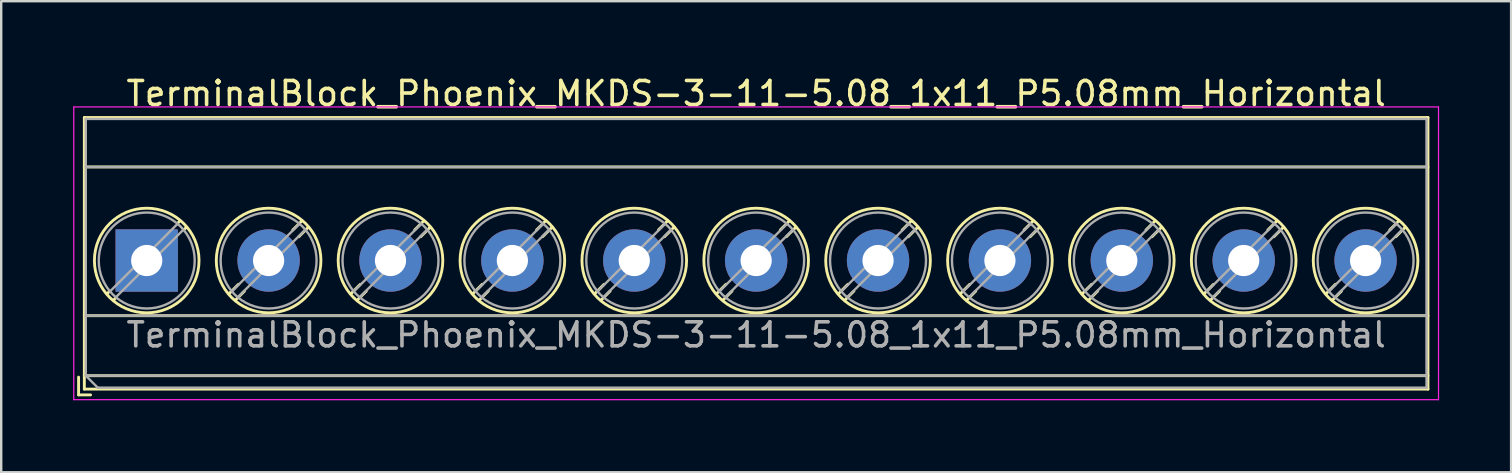
<source format=kicad_pcb>
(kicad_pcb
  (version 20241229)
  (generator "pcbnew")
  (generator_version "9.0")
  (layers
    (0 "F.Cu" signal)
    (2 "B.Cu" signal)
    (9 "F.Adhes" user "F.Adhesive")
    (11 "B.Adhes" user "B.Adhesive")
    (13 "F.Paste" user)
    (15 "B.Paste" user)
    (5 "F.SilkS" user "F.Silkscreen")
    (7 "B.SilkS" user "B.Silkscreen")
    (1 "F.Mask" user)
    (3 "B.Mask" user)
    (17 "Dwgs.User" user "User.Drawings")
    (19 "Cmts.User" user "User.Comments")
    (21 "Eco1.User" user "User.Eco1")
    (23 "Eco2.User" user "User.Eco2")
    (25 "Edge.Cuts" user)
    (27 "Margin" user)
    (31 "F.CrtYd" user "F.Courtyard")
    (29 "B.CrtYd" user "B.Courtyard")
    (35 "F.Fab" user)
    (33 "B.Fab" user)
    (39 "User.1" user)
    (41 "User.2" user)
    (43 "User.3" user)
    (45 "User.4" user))
  (footprint "TerminalBlock_Phoenix_MKDS-3-11-5.08_1x11_P5.08mm_Horizontal"
    (layer "F.Cu")
    (at 3.065 7.808)
    (property "Reference" "TerminalBlock_Phoenix_MKDS-3-11-5.08_1x11_P5.08mm_Horizontal" (at 25.4 -6.96 0) (layer "F.SilkS") (effects (font (size 1 1) (thickness 0.15))))
    (attr through_hole)
    (fp_line (start -2.84 4.86) (end -2.84 5.6) (stroke (width 0.12) (type solid)) (layer "F.SilkS"))
    (fp_line (start -2.84 5.6) (end -2.34 5.6) (stroke (width 0.12) (type solid)) (layer "F.SilkS"))
    (fp_line (start -2.6 -5.96) (end -2.6 5.36) (stroke (width 0.12) (type solid)) (layer "F.SilkS"))
    (fp_line (start -2.6 -5.96) (end 53.4 -5.96) (stroke (width 0.12) (type solid)) (layer "F.SilkS"))
    (fp_line (start -2.6 -3.9) (end 53.4 -3.9) (stroke (width 0.12) (type solid)) (layer "F.SilkS"))
    (fp_line (start -2.6 2.3) (end 53.4 2.3) (stroke (width 0.12) (type solid)) (layer "F.SilkS"))
    (fp_line (start -2.6 4.8) (end 53.4 4.8) (stroke (width 0.12) (type solid)) (layer "F.SilkS"))
    (fp_line (start -2.6 5.36) (end 53.4 5.36) (stroke (width 0.12) (type solid)) (layer "F.SilkS"))
    (fp_line (start -1.548 1.281) (end -1.654 1.388) (stroke (width 0.12) (type solid)) (layer "F.SilkS"))
    (fp_line (start -1.282 1.547) (end -1.388 1.654) (stroke (width 0.12) (type solid)) (layer "F.SilkS"))
    (fp_line (start 1.388 -1.654) (end 1.281 -1.547) (stroke (width 0.12) (type solid)) (layer "F.SilkS"))
    (fp_line (start 1.654 -1.388) (end 1.547 -1.281) (stroke (width 0.12) (type solid)) (layer "F.SilkS"))
    (fp_line (start 3.822 0.992) (end 3.427 1.388) (stroke (width 0.12) (type solid)) (layer "F.SilkS"))
    (fp_line (start 4.073 1.274) (end 3.693 1.654) (stroke (width 0.12) (type solid)) (layer "F.SilkS"))
    (fp_line (start 6.468 -1.654) (end 6.088 -1.274) (stroke (width 0.12) (type solid)) (layer "F.SilkS"))
    (fp_line (start 6.734 -1.388) (end 6.339 -0.992) (stroke (width 0.12) (type solid)) (layer "F.SilkS"))
    (fp_line (start 8.902 0.992) (end 8.507 1.388) (stroke (width 0.12) (type solid)) (layer "F.SilkS"))
    (fp_line (start 9.153 1.274) (end 8.773 1.654) (stroke (width 0.12) (type solid)) (layer "F.SilkS"))
    (fp_line (start 11.548 -1.654) (end 11.168 -1.274) (stroke (width 0.12) (type solid)) (layer "F.SilkS"))
    (fp_line (start 11.814 -1.388) (end 11.419 -0.992) (stroke (width 0.12) (type solid)) (layer "F.SilkS"))
    (fp_line (start 13.982 0.992) (end 13.587 1.388) (stroke (width 0.12) (type solid)) (layer "F.SilkS"))
    (fp_line (start 14.233 1.274) (end 13.853 1.654) (stroke (width 0.12) (type solid)) (layer "F.SilkS"))
    (fp_line (start 16.628 -1.654) (end 16.248 -1.274) (stroke (width 0.12) (type solid)) (layer "F.SilkS"))
    (fp_line (start 16.894 -1.388) (end 16.499 -0.992) (stroke (width 0.12) (type solid)) (layer "F.SilkS"))
    (fp_line (start 19.062 0.992) (end 18.667 1.388) (stroke (width 0.12) (type solid)) (layer "F.SilkS"))
    (fp_line (start 19.313 1.274) (end 18.933 1.654) (stroke (width 0.12) (type solid)) (layer "F.SilkS"))
    (fp_line (start 21.708 -1.654) (end 21.328 -1.274) (stroke (width 0.12) (type solid)) (layer "F.SilkS"))
    (fp_line (start 21.974 -1.388) (end 21.579 -0.992) (stroke (width 0.12) (type solid)) (layer "F.SilkS"))
    (fp_line (start 24.142 0.992) (end 23.747 1.388) (stroke (width 0.12) (type solid)) (layer "F.SilkS"))
    (fp_line (start 24.393 1.274) (end 24.013 1.654) (stroke (width 0.12) (type solid)) (layer "F.SilkS"))
    (fp_line (start 26.788 -1.654) (end 26.408 -1.274) (stroke (width 0.12) (type solid)) (layer "F.SilkS"))
    (fp_line (start 27.054 -1.388) (end 26.659 -0.992) (stroke (width 0.12) (type solid)) (layer "F.SilkS"))
    (fp_line (start 29.222 0.992) (end 28.827 1.388) (stroke (width 0.12) (type solid)) (layer "F.SilkS"))
    (fp_line (start 29.473 1.274) (end 29.093 1.654) (stroke (width 0.12) (type solid)) (layer "F.SilkS"))
    (fp_line (start 31.868 -1.654) (end 31.488 -1.274) (stroke (width 0.12) (type solid)) (layer "F.SilkS"))
    (fp_line (start 32.134 -1.388) (end 31.739 -0.992) (stroke (width 0.12) (type solid)) (layer "F.SilkS"))
    (fp_line (start 34.302 0.992) (end 33.907 1.388) (stroke (width 0.12) (type solid)) (layer "F.SilkS"))
    (fp_line (start 34.553 1.274) (end 34.173 1.654) (stroke (width 0.12) (type solid)) (layer "F.SilkS"))
    (fp_line (start 36.948 -1.654) (end 36.568 -1.274) (stroke (width 0.12) (type solid)) (layer "F.SilkS"))
    (fp_line (start 37.214 -1.388) (end 36.819 -0.992) (stroke (width 0.12) (type solid)) (layer "F.SilkS"))
    (fp_line (start 39.382 0.992) (end 38.987 1.388) (stroke (width 0.12) (type solid)) (layer "F.SilkS"))
    (fp_line (start 39.633 1.274) (end 39.253 1.654) (stroke (width 0.12) (type solid)) (layer "F.SilkS"))
    (fp_line (start 42.028 -1.654) (end 41.648 -1.274) (stroke (width 0.12) (type solid)) (layer "F.SilkS"))
    (fp_line (start 42.294 -1.388) (end 41.899 -0.992) (stroke (width 0.12) (type solid)) (layer "F.SilkS"))
    (fp_line (start 44.462 0.992) (end 44.067 1.388) (stroke (width 0.12) (type solid)) (layer "F.SilkS"))
    (fp_line (start 44.713 1.274) (end 44.333 1.654) (stroke (width 0.12) (type solid)) (layer "F.SilkS"))
    (fp_line (start 47.108 -1.654) (end 46.728 -1.274) (stroke (width 0.12) (type solid)) (layer "F.SilkS"))
    (fp_line (start 47.374 -1.388) (end 46.979 -0.992) (stroke (width 0.12) (type solid)) (layer "F.SilkS"))
    (fp_line (start 49.542 0.992) (end 49.147 1.388) (stroke (width 0.12) (type solid)) (layer "F.SilkS"))
    (fp_line (start 49.793 1.274) (end 49.413 1.654) (stroke (width 0.12) (type solid)) (layer "F.SilkS"))
    (fp_line (start 52.188 -1.654) (end 51.808 -1.274) (stroke (width 0.12) (type solid)) (layer "F.SilkS"))
    (fp_line (start 52.454 -1.388) (end 52.059 -0.992) (stroke (width 0.12) (type solid)) (layer "F.SilkS"))
    (fp_line (start 53.4 -5.96) (end 53.4 5.36) (stroke (width 0.12) (type solid)) (layer "F.SilkS"))
    (fp_circle (center 0 0) (end 2.18 0) (stroke (width 0.12) (type solid)) (fill no) (layer "F.SilkS"))
    (fp_circle (center 5.08 0) (end 7.26 0) (stroke (width 0.12) (type solid)) (fill no) (layer "F.SilkS"))
    (fp_circle (center 10.16 0) (end 12.34 0) (stroke (width 0.12) (type solid)) (fill no) (layer "F.SilkS"))
    (fp_circle (center 15.24 0) (end 17.42 0) (stroke (width 0.12) (type solid)) (fill no) (layer "F.SilkS"))
    (fp_circle (center 20.32 0) (end 22.5 0) (stroke (width 0.12) (type solid)) (fill no) (layer "F.SilkS"))
    (fp_circle (center 25.4 0) (end 27.58 0) (stroke (width 0.12) (type solid)) (fill no) (layer "F.SilkS"))
    (fp_circle (center 30.48 0) (end 32.66 0) (stroke (width 0.12) (type solid)) (fill no) (layer "F.SilkS"))
    (fp_circle (center 35.56 0) (end 37.74 0) (stroke (width 0.12) (type solid)) (fill no) (layer "F.SilkS"))
    (fp_circle (center 40.64 0) (end 42.82 0) (stroke (width 0.12) (type solid)) (fill no) (layer "F.SilkS"))
    (fp_circle (center 45.72 0) (end 47.9 0) (stroke (width 0.12) (type solid)) (fill no) (layer "F.SilkS"))
    (fp_circle (center 50.8 0) (end 52.98 0) (stroke (width 0.12) (type solid)) (fill no) (layer "F.SilkS"))
    (fp_line (start -3.04 -6.4) (end -3.04 5.8) (stroke (width 0.05) (type solid)) (layer "F.CrtYd"))
    (fp_line (start -3.04 5.8) (end 53.84 5.8) (stroke (width 0.05) (type solid)) (layer "F.CrtYd"))
    (fp_line (start 53.84 -6.4) (end -3.04 -6.4) (stroke (width 0.05) (type solid)) (layer "F.CrtYd"))
    (fp_line (start 53.84 5.8) (end 53.84 -6.4) (stroke (width 0.05) (type solid)) (layer "F.CrtYd"))
    (fp_line (start -2.54 -5.9) (end 53.34 -5.9) (stroke (width 0.1) (type solid)) (layer "F.Fab"))
    (fp_line (start -2.54 -3.9) (end 53.34 -3.9) (stroke (width 0.1) (type solid)) (layer "F.Fab"))
    (fp_line (start -2.54 2.3) (end 53.34 2.3) (stroke (width 0.1) (type solid)) (layer "F.Fab"))
    (fp_line (start -2.54 4.8) (end -2.54 -5.9) (stroke (width 0.1) (type solid)) (layer "F.Fab"))
    (fp_line (start -2.54 4.8) (end 53.34 4.8) (stroke (width 0.1) (type solid)) (layer "F.Fab"))
    (fp_line (start -2.04 5.3) (end -2.54 4.8) (stroke (width 0.1) (type solid)) (layer "F.Fab"))
    (fp_line (start 1.273 -1.517) (end -1.517 1.273) (stroke (width 0.1) (type solid)) (layer "F.Fab"))
    (fp_line (start 1.517 -1.273) (end -1.273 1.517) (stroke (width 0.1) (type solid)) (layer "F.Fab"))
    (fp_line (start 6.353 -1.517) (end 3.564 1.273) (stroke (width 0.1) (type solid)) (layer "F.Fab"))
    (fp_line (start 6.597 -1.273) (end 3.808 1.517) (stroke (width 0.1) (type solid)) (layer "F.Fab"))
    (fp_line (start 11.433 -1.517) (end 8.644 1.273) (stroke (width 0.1) (type solid)) (layer "F.Fab"))
    (fp_line (start 11.677 -1.273) (end 8.888 1.517) (stroke (width 0.1) (type solid)) (layer "F.Fab"))
    (fp_line (start 16.513 -1.517) (end 13.724 1.273) (stroke (width 0.1) (type solid)) (layer "F.Fab"))
    (fp_line (start 16.757 -1.273) (end 13.968 1.517) (stroke (width 0.1) (type solid)) (layer "F.Fab"))
    (fp_line (start 21.593 -1.517) (end 18.804 1.273) (stroke (width 0.1) (type solid)) (layer "F.Fab"))
    (fp_line (start 21.837 -1.273) (end 19.048 1.517) (stroke (width 0.1) (type solid)) (layer "F.Fab"))
    (fp_line (start 26.673 -1.517) (end 23.884 1.273) (stroke (width 0.1) (type solid)) (layer "F.Fab"))
    (fp_line (start 26.917 -1.273) (end 24.128 1.517) (stroke (width 0.1) (type solid)) (layer "F.Fab"))
    (fp_line (start 31.753 -1.517) (end 28.964 1.273) (stroke (width 0.1) (type solid)) (layer "F.Fab"))
    (fp_line (start 31.997 -1.273) (end 29.208 1.517) (stroke (width 0.1) (type solid)) (layer "F.Fab"))
    (fp_line (start 36.833 -1.517) (end 34.044 1.273) (stroke (width 0.1) (type solid)) (layer "F.Fab"))
    (fp_line (start 37.077 -1.273) (end 34.288 1.517) (stroke (width 0.1) (type solid)) (layer "F.Fab"))
    (fp_line (start 41.913 -1.517) (end 39.124 1.273) (stroke (width 0.1) (type solid)) (layer "F.Fab"))
    (fp_line (start 42.157 -1.273) (end 39.368 1.517) (stroke (width 0.1) (type solid)) (layer "F.Fab"))
    (fp_line (start 46.993 -1.517) (end 44.204 1.273) (stroke (width 0.1) (type solid)) (layer "F.Fab"))
    (fp_line (start 47.237 -1.273) (end 44.448 1.517) (stroke (width 0.1) (type solid)) (layer "F.Fab"))
    (fp_line (start 52.073 -1.517) (end 49.284 1.273) (stroke (width 0.1) (type solid)) (layer "F.Fab"))
    (fp_line (start 52.317 -1.273) (end 49.528 1.517) (stroke (width 0.1) (type solid)) (layer "F.Fab"))
    (fp_line (start 53.34 -5.9) (end 53.34 5.3) (stroke (width 0.1) (type solid)) (layer "F.Fab"))
    (fp_line (start 53.34 5.3) (end -2.04 5.3) (stroke (width 0.1) (type solid)) (layer "F.Fab"))
    (fp_circle (center 0 0) (end 2 0) (stroke (width 0.1) (type solid)) (fill no) (layer "F.Fab"))
    (fp_circle (center 5.08 0) (end 7.08 0) (stroke (width 0.1) (type solid)) (fill no) (layer "F.Fab"))
    (fp_circle (center 10.16 0) (end 12.16 0) (stroke (width 0.1) (type solid)) (fill no) (layer "F.Fab"))
    (fp_circle (center 15.24 0) (end 17.24 0) (stroke (width 0.1) (type solid)) (fill no) (layer "F.Fab"))
    (fp_circle (center 20.32 0) (end 22.32 0) (stroke (width 0.1) (type solid)) (fill no) (layer "F.Fab"))
    (fp_circle (center 25.4 0) (end 27.4 0) (stroke (width 0.1) (type solid)) (fill no) (layer "F.Fab"))
    (fp_circle (center 30.48 0) (end 32.48 0) (stroke (width 0.1) (type solid)) (fill no) (layer "F.Fab"))
    (fp_circle (center 35.56 0) (end 37.56 0) (stroke (width 0.1) (type solid)) (fill no) (layer "F.Fab"))
    (fp_circle (center 40.64 0) (end 42.64 0) (stroke (width 0.1) (type solid)) (fill no) (layer "F.Fab"))
    (fp_circle (center 45.72 0) (end 47.72 0) (stroke (width 0.1) (type solid)) (fill no) (layer "F.Fab"))
    (fp_circle (center 50.8 0) (end 52.8 0) (stroke (width 0.1) (type solid)) (fill no) (layer "F.Fab"))
    (fp_text user "${REFERENCE}" (at 25.4 3.1 0) (layer "F.Fab") (effects (font (size 1 1) (thickness 0.15))))
    (pad "1" thru_hole rect (at 0 0) (size 2.6 2.6) (drill 1.3) (layers "*.Cu" "*.Mask"))
    (pad "2" thru_hole circle (at 5.08 0) (size 2.6 2.6) (drill 1.3) (layers "*.Cu" "*.Mask"))
    (pad "3" thru_hole circle (at 10.16 0) (size 2.6 2.6) (drill 1.3) (layers "*.Cu" "*.Mask"))
    (pad "4" thru_hole circle (at 15.24 0) (size 2.6 2.6) (drill 1.3) (layers "*.Cu" "*.Mask"))
    (pad "5" thru_hole circle (at 20.32 0) (size 2.6 2.6) (drill 1.3) (layers "*.Cu" "*.Mask"))
    (pad "6" thru_hole circle (at 25.4 0) (size 2.6 2.6) (drill 1.3) (layers "*.Cu" "*.Mask"))
    (pad "7" thru_hole circle (at 30.48 0) (size 2.6 2.6) (drill 1.3) (layers "*.Cu" "*.Mask"))
    (pad "8" thru_hole circle (at 35.56 0) (size 2.6 2.6) (drill 1.3) (layers "*.Cu" "*.Mask"))
    (pad "9" thru_hole circle (at 40.64 0) (size 2.6 2.6) (drill 1.3) (layers "*.Cu" "*.Mask"))
    (pad "10" thru_hole circle (at 45.72 0) (size 2.6 2.6) (drill 1.3) (layers "*.Cu" "*.Mask"))
    (pad "11" thru_hole circle (at 50.8 0) (size 2.6 2.6) (drill 1.3) (layers "*.Cu" "*.Mask")))
  (gr_rect
    (start -3 -3)
    (end 59.93 16.633)
    (stroke (width 0.1) (type default))
    (fill no)
    (layer "Edge.Cuts")))
</source>
